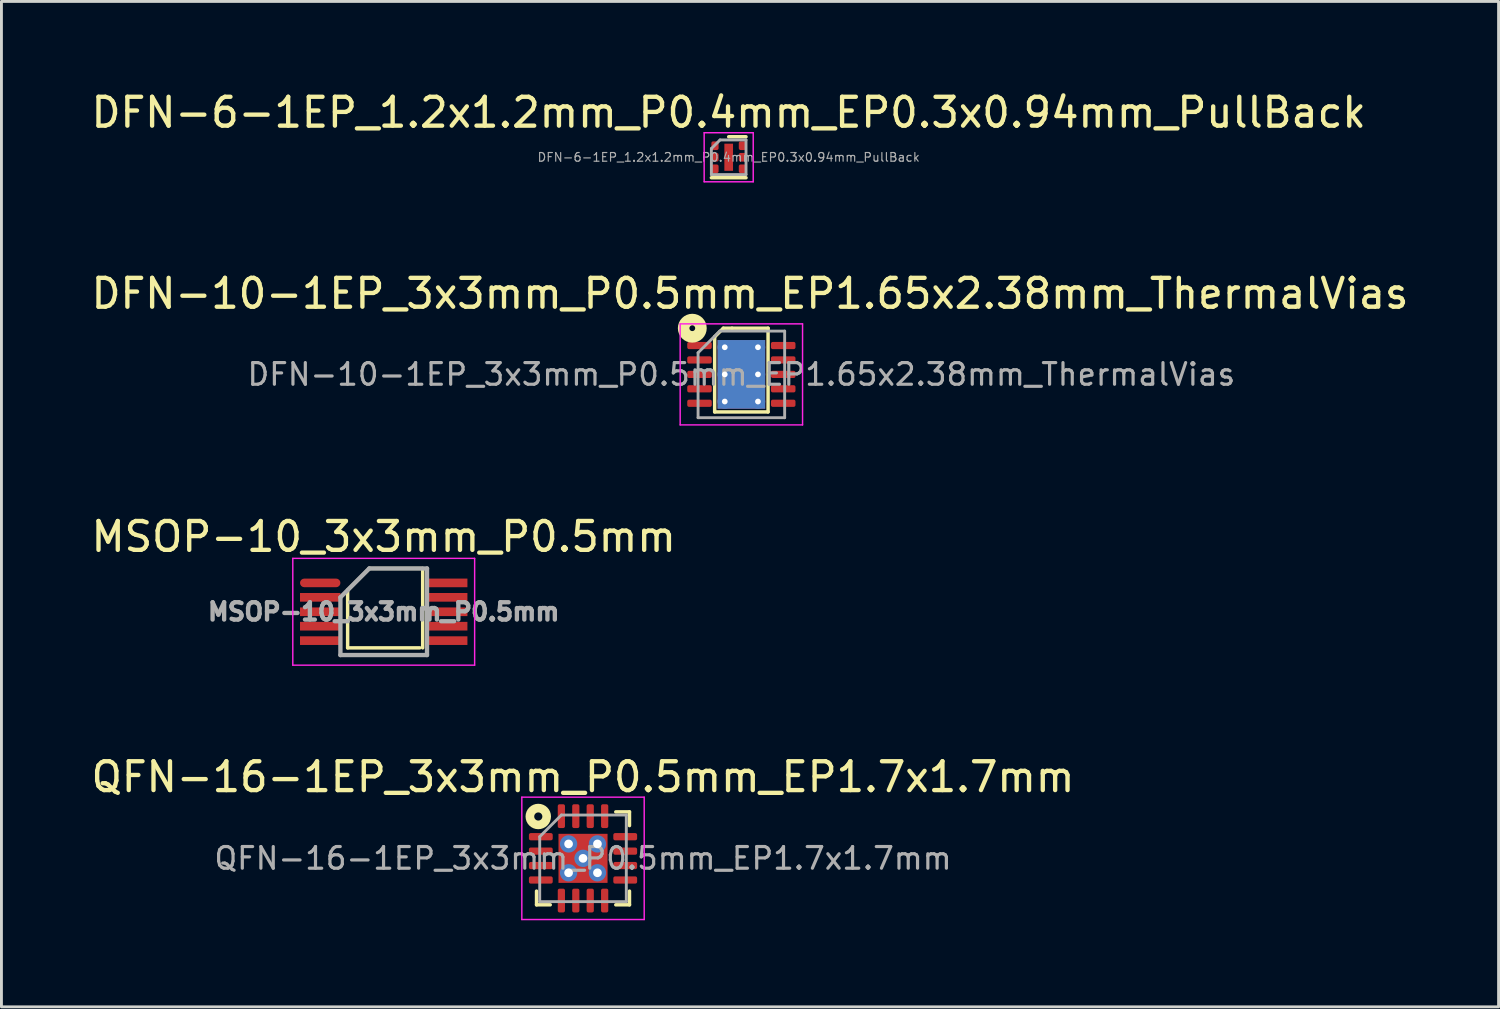
<source format=kicad_pcb>
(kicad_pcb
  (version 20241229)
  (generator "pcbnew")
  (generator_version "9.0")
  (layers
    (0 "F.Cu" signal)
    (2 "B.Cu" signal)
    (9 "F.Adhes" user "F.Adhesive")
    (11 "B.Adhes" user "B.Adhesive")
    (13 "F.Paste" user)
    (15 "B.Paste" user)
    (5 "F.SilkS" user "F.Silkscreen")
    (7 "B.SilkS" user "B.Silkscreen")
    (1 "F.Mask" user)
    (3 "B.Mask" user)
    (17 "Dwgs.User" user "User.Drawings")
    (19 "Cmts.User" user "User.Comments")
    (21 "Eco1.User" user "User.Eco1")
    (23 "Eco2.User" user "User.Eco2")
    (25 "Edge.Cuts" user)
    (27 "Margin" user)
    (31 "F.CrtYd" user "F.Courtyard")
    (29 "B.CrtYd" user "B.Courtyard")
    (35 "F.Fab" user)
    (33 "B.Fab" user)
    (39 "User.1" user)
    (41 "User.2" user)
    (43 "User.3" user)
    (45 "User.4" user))
  (footprint "DFN-6-1EP_1.2x1.2mm_P0.4mm_EP0.3x0.94mm_PullBack"
    (layer "F.Cu")
    (at 22.196 2.398)
    (property "Reference" "DFN-6-1EP_1.2x1.2mm_P0.4mm_EP0.3x0.94mm_PullBack" (at 0 -1.55 0) (layer "F.SilkS") (effects (font (size 1 1) (thickness 0.15))))
    (attr smd)
    (fp_line (start -0.6 0.71) (end 0.6 0.71) (stroke (width 0.12) (type solid)) (layer "F.SilkS"))
    (fp_line (start 0 -0.71) (end 0.6 -0.71) (stroke (width 0.12) (type solid)) (layer "F.SilkS"))
    (fp_line (start -0.85 -0.85) (end -0.85 0.85) (stroke (width 0.05) (type solid)) (layer "F.CrtYd"))
    (fp_line (start -0.85 0.85) (end 0.85 0.85) (stroke (width 0.05) (type solid)) (layer "F.CrtYd"))
    (fp_line (start 0.85 -0.85) (end -0.85 -0.85) (stroke (width 0.05) (type solid)) (layer "F.CrtYd"))
    (fp_line (start 0.85 0.85) (end 0.85 -0.85) (stroke (width 0.05) (type solid)) (layer "F.CrtYd"))
    (fp_line (start -0.6 -0.3) (end -0.3 -0.6) (stroke (width 0.1) (type solid)) (layer "F.Fab"))
    (fp_line (start -0.6 0.6) (end -0.6 -0.3) (stroke (width 0.1) (type solid)) (layer "F.Fab"))
    (fp_line (start -0.3 -0.6) (end 0.6 -0.6) (stroke (width 0.1) (type solid)) (layer "F.Fab"))
    (fp_line (start 0.6 -0.6) (end 0.6 0.6) (stroke (width 0.1) (type solid)) (layer "F.Fab"))
    (fp_line (start 0.6 0.6) (end -0.6 0.6) (stroke (width 0.1) (type solid)) (layer "F.Fab"))
    (fp_text user "${REFERENCE}" (at 0 0 0) (layer "F.Fab") (effects (font (size 0.3 0.3) (thickness 0.04))))
    (pad "" smd roundrect (at 0 -0.235) (size 0.24 0.38) (layers "F.Paste") (roundrect_rratio 0.25))
    (pad "" smd roundrect (at 0 0.235) (size 0.24 0.38) (layers "F.Paste") (roundrect_rratio 0.25))
    (pad "1" smd roundrect (at -0.475 -0.4) (size 0.25 0.3) (layers "F.Cu" "F.Mask" "F.Paste") (roundrect_rratio 0.25))
    (pad "2" smd roundrect (at -0.475 0) (size 0.25 0.3) (layers "F.Cu" "F.Mask" "F.Paste") (roundrect_rratio 0.25))
    (pad "3" smd roundrect (at -0.475 0.4) (size 0.25 0.3) (layers "F.Cu" "F.Mask" "F.Paste") (roundrect_rratio 0.25))
    (pad "4" smd roundrect (at 0.475 0.4) (size 0.25 0.3) (layers "F.Cu" "F.Mask" "F.Paste") (roundrect_rratio 0.25))
    (pad "5" smd roundrect (at 0.475 0) (size 0.25 0.3) (layers "F.Cu" "F.Mask" "F.Paste") (roundrect_rratio 0.25))
    (pad "6" smd roundrect (at 0.475 -0.4) (size 0.25 0.3) (layers "F.Cu" "F.Mask" "F.Paste") (roundrect_rratio 0.25))
    (pad "7" smd rect (at 0 0) (size 0.3 0.94) (layers "F.Cu" "F.Mask")))
  (footprint "MSOP-10_3x3mm_P0.5mm"
    (layer "F.Cu")
    (at 10.244 18.145)
    (property "Reference" "MSOP-10_3x3mm_P0.5mm" (at 0 -2.6 0) (layer "F.SilkS") (effects (font (size 1 1) (thickness 0.15))))
    (attr smd)
    (fp_line (start -1.25 -0.75) (end -1.25 1.25) (stroke (width 0.12) (type solid)) (layer "F.SilkS"))
    (fp_line (start -1.25 1.25) (end 1.25 1.25) (stroke (width 0.12) (type solid)) (layer "F.SilkS"))
    (fp_line (start -0.5 -1.5) (end -1.25 -0.75) (stroke (width 0.12) (type solid)) (layer "F.SilkS"))
    (fp_line (start 1.35 -1.5) (end -0.5 -1.5) (stroke (width 0.12) (type solid)) (layer "F.SilkS"))
    (fp_line (start 1.35 1.25) (end 1.35 -1.5) (stroke (width 0.12) (type solid)) (layer "F.SilkS"))
    (fp_line (start -3.15 -1.85) (end -3.15 1.85) (stroke (width 0.05) (type solid)) (layer "F.CrtYd"))
    (fp_line (start -3.15 -1.85) (end 3.15 -1.85) (stroke (width 0.05) (type solid)) (layer "F.CrtYd"))
    (fp_line (start -3.15 1.85) (end 3.15 1.85) (stroke (width 0.05) (type solid)) (layer "F.CrtYd"))
    (fp_line (start 3.15 -1.85) (end 3.15 1.85) (stroke (width 0.05) (type solid)) (layer "F.CrtYd"))
    (fp_line (start -1.5 -0.5) (end -0.5 -1.5) (stroke (width 0.15) (type solid)) (layer "F.Fab"))
    (fp_line (start -1.5 1.5) (end -1.5 -0.5) (stroke (width 0.15) (type solid)) (layer "F.Fab"))
    (fp_line (start -0.5 -1.5) (end 1.5 -1.5) (stroke (width 0.15) (type solid)) (layer "F.Fab"))
    (fp_line (start 1.5 -1.5) (end 1.5 1.5) (stroke (width 0.15) (type solid)) (layer "F.Fab"))
    (fp_line (start 1.5 1.5) (end -1.5 1.5) (stroke (width 0.15) (type solid)) (layer "F.Fab"))
    (fp_text user "${REFERENCE}" (at 0 0 0) (layer "F.Fab") (effects (font (size 0.6 0.6) (thickness 0.15))))
    (pad "1" smd roundrect (at -2.2 -1) (size 1.4 0.3) (layers "F.Cu" "F.Mask" "F.Paste") (roundrect_rratio 0.5))
    (pad "2" smd rect (at -2.2 -0.5) (size 1.4 0.3) (layers "F.Cu" "F.Mask" "F.Paste"))
    (pad "3" smd rect (at -2.2 0) (size 1.4 0.3) (layers "F.Cu" "F.Mask" "F.Paste"))
    (pad "4" smd rect (at -2.2 0.5) (size 1.4 0.3) (layers "F.Cu" "F.Mask" "F.Paste"))
    (pad "5" smd rect (at -2.2 1) (size 1.4 0.3) (layers "F.Cu" "F.Mask" "F.Paste"))
    (pad "6" smd rect (at 2.2 1) (size 1.4 0.3) (layers "F.Cu" "F.Mask" "F.Paste"))
    (pad "7" smd rect (at 2.2 0.5) (size 1.4 0.3) (layers "F.Cu" "F.Mask" "F.Paste"))
    (pad "8" smd rect (at 2.2 0) (size 1.4 0.3) (layers "F.Cu" "F.Mask" "F.Paste"))
    (pad "9" smd rect (at 2.2 -0.5) (size 1.4 0.3) (layers "F.Cu" "F.Mask" "F.Paste"))
    (pad "10" smd rect (at 2.2 -1) (size 1.4 0.3) (layers "F.Cu" "F.Mask" "F.Paste")))
  (footprint "QFN-16-1EP_3x3mm_P0.5mm_EP1.7x1.7mm"
    (layer "F.Cu")
    (at 17.149 26.688)
    (property "Reference" "QFN-16-1EP_3x3mm_P0.5mm_EP1.7x1.7mm" (at 0 -2.82 0) (layer "F.SilkS") (effects (font (size 1 1) (thickness 0.15))))
    (attr smd)
    (fp_line (start -1.61 1.61) (end -1.61 1.135) (stroke (width 0.12) (type solid)) (layer "F.SilkS"))
    (fp_line (start -1.135 1.61) (end -1.61 1.61) (stroke (width 0.12) (type solid)) (layer "F.SilkS"))
    (fp_line (start 1.135 -1.61) (end 1.61 -1.61) (stroke (width 0.12) (type solid)) (layer "F.SilkS"))
    (fp_line (start 1.135 1.61) (end 1.61 1.61) (stroke (width 0.12) (type solid)) (layer "F.SilkS"))
    (fp_line (start 1.61 -1.61) (end 1.61 -1.135) (stroke (width 0.12) (type solid)) (layer "F.SilkS"))
    (fp_line (start 1.61 1.61) (end 1.61 1.135) (stroke (width 0.12) (type solid)) (layer "F.SilkS"))
    (fp_circle (center -1.55 -1.45) (end -1.409 -1.45) (stroke (width 0.3) (type solid)) (fill no) (layer "F.SilkS"))
    (fp_line (start -2.12 -2.12) (end -2.12 2.12) (stroke (width 0.05) (type solid)) (layer "F.CrtYd"))
    (fp_line (start -2.12 2.12) (end 2.12 2.12) (stroke (width 0.05) (type solid)) (layer "F.CrtYd"))
    (fp_line (start 2.12 -2.12) (end -2.12 -2.12) (stroke (width 0.05) (type solid)) (layer "F.CrtYd"))
    (fp_line (start 2.12 2.12) (end 2.12 -2.12) (stroke (width 0.05) (type solid)) (layer "F.CrtYd"))
    (fp_line (start -1.5 -0.75) (end -0.75 -1.5) (stroke (width 0.1) (type solid)) (layer "F.Fab"))
    (fp_line (start -1.5 1.5) (end -1.5 -0.75) (stroke (width 0.1) (type solid)) (layer "F.Fab"))
    (fp_line (start -0.75 -1.5) (end 1.5 -1.5) (stroke (width 0.1) (type solid)) (layer "F.Fab"))
    (fp_line (start 1.5 -1.5) (end 1.5 1.5) (stroke (width 0.1) (type solid)) (layer "F.Fab"))
    (fp_line (start 1.5 1.5) (end -1.5 1.5) (stroke (width 0.1) (type solid)) (layer "F.Fab"))
    (fp_text user "${REFERENCE}" (at 0 0 0) (layer "F.Fab") (effects (font (size 0.75 0.75) (thickness 0.11))))
    (pad "" smd roundrect (at -0.425 -0.425) (size 0.69 0.69) (layers "F.Paste") (roundrect_rratio 0.25))
    (pad "" smd roundrect (at -0.425 0.425) (size 0.69 0.69) (layers "F.Paste") (roundrect_rratio 0.25))
    (pad "" smd roundrect (at 0.425 -0.425) (size 0.69 0.69) (layers "F.Paste") (roundrect_rratio 0.25))
    (pad "" smd roundrect (at 0.425 0.425) (size 0.69 0.69) (layers "F.Paste") (roundrect_rratio 0.25))
    (pad "1" smd roundrect (at -1.462 -0.75) (size 0.825 0.25) (layers "F.Cu" "F.Mask" "F.Paste") (roundrect_rratio 0.25))
    (pad "2" smd roundrect (at -1.462 -0.25) (size 0.825 0.25) (layers "F.Cu" "F.Mask" "F.Paste") (roundrect_rratio 0.25))
    (pad "3" smd roundrect (at -1.462 0.25) (size 0.825 0.25) (layers "F.Cu" "F.Mask" "F.Paste") (roundrect_rratio 0.25))
    (pad "4" smd roundrect (at -1.462 0.75) (size 0.825 0.25) (layers "F.Cu" "F.Mask" "F.Paste") (roundrect_rratio 0.25))
    (pad "5" smd roundrect (at -0.75 1.462) (size 0.25 0.825) (layers "F.Cu" "F.Mask" "F.Paste") (roundrect_rratio 0.25))
    (pad "6" smd roundrect (at -0.25 1.462) (size 0.25 0.825) (layers "F.Cu" "F.Mask" "F.Paste") (roundrect_rratio 0.25))
    (pad "7" smd roundrect (at 0.25 1.462) (size 0.25 0.825) (layers "F.Cu" "F.Mask" "F.Paste") (roundrect_rratio 0.25))
    (pad "8" smd roundrect (at 0.75 1.462) (size 0.25 0.825) (layers "F.Cu" "F.Mask" "F.Paste") (roundrect_rratio 0.25))
    (pad "9" smd roundrect (at 1.462 0.75) (size 0.825 0.25) (layers "F.Cu" "F.Mask" "F.Paste") (roundrect_rratio 0.25))
    (pad "10" smd roundrect (at 1.462 0.25) (size 0.825 0.25) (layers "F.Cu" "F.Mask" "F.Paste") (roundrect_rratio 0.25))
    (pad "11" smd roundrect (at 1.462 -0.25) (size 0.825 0.25) (layers "F.Cu" "F.Mask" "F.Paste") (roundrect_rratio 0.25))
    (pad "12" smd roundrect (at 1.462 -0.75) (size 0.825 0.25) (layers "F.Cu" "F.Mask" "F.Paste") (roundrect_rratio 0.25))
    (pad "13" smd roundrect (at 0.75 -1.462) (size 0.25 0.825) (layers "F.Cu" "F.Mask" "F.Paste") (roundrect_rratio 0.25))
    (pad "14" smd roundrect (at 0.25 -1.462) (size 0.25 0.825) (layers "F.Cu" "F.Mask" "F.Paste") (roundrect_rratio 0.25))
    (pad "15" smd roundrect (at -0.25 -1.462) (size 0.25 0.825) (layers "F.Cu" "F.Mask" "F.Paste") (roundrect_rratio 0.25))
    (pad "16" smd roundrect (at -0.75 -1.462) (size 0.25 0.825) (layers "F.Cu" "F.Mask" "F.Paste") (roundrect_rratio 0.25))
    (pad "17" thru_hole circle (at -0.5 -0.5) (size 0.6 0.6) (drill 0.3) (layers "*.Cu" "*.Mask"))
    (pad "17" thru_hole circle (at -0.5 0.5) (size 0.6 0.6) (drill 0.3) (layers "*.Cu" "*.Mask"))
    (pad "17" thru_hole circle (at 0 0) (size 0.6 0.6) (drill 0.3) (layers "*.Cu" "*.Mask"))
    (pad "17" smd rect (at 0 0) (size 1.7 1.7) (layers "F.Cu" "F.Mask"))
    (pad "17" thru_hole circle (at 0.5 -0.5) (size 0.6 0.6) (drill 0.3) (layers "*.Cu" "*.Mask"))
    (pad "17" thru_hole circle (at 0.5 0.5) (size 0.6 0.6) (drill 0.3) (layers "*.Cu" "*.Mask")))
  (footprint "DFN-10-1EP_3x3mm_P0.5mm_EP1.65x2.38mm_ThermalVias"
    (layer "F.Cu")
    (at 22.635 9.921)
    (property "Reference" "DFN-10-1EP_3x3mm_P0.5mm_EP1.65x2.38mm_ThermalVias" (at 0.3 -2.8 0) (layer "F.SilkS") (effects (font (size 1 1) (thickness 0.15))))
    (attr smd)
    (fp_line (start -0.925 -1.3) (end -0.625 -1.6) (stroke (width 0.12) (type solid)) (layer "F.SilkS"))
    (fp_line (start -0.925 1.3) (end -0.925 -1.3) (stroke (width 0.12) (type solid)) (layer "F.SilkS"))
    (fp_line (start -0.625 -1.6) (end -0.325 -1.6) (stroke (width 0.12) (type solid)) (layer "F.SilkS"))
    (fp_line (start -0.325 -1.6) (end 0.925 -1.6) (stroke (width 0.12) (type solid)) (layer "F.SilkS"))
    (fp_line (start 0.925 -1.6) (end 0.925 -1.5) (stroke (width 0.12) (type solid)) (layer "F.SilkS"))
    (fp_line (start 0.925 -1.5) (end 0.925 1.3) (stroke (width 0.12) (type solid)) (layer "F.SilkS"))
    (fp_line (start 0.925 1.3) (end -0.925 1.3) (stroke (width 0.12) (type solid)) (layer "F.SilkS"))
    (fp_circle (center -1.7 -1.6) (end -1.6 -1.6) (stroke (width 0.4) (type solid)) (fill no) (layer "F.SilkS"))
    (fp_line (start -2.12 -1.75) (end -2.12 1.75) (stroke (width 0.05) (type solid)) (layer "F.CrtYd"))
    (fp_line (start -2.12 1.75) (end 2.12 1.75) (stroke (width 0.05) (type solid)) (layer "F.CrtYd"))
    (fp_line (start 2.12 -1.75) (end -2.12 -1.75) (stroke (width 0.05) (type solid)) (layer "F.CrtYd"))
    (fp_line (start 2.12 1.75) (end 2.12 -1.75) (stroke (width 0.05) (type solid)) (layer "F.CrtYd"))
    (fp_line (start -1.5 -0.75) (end -0.75 -1.5) (stroke (width 0.1) (type solid)) (layer "F.Fab"))
    (fp_line (start -1.5 1.5) (end -1.5 -0.75) (stroke (width 0.1) (type solid)) (layer "F.Fab"))
    (fp_line (start -0.75 -1.5) (end 1.5 -1.5) (stroke (width 0.1) (type solid)) (layer "F.Fab"))
    (fp_line (start 1.5 -1.5) (end 1.5 1.5) (stroke (width 0.1) (type solid)) (layer "F.Fab"))
    (fp_line (start 1.5 1.5) (end -1.5 1.5) (stroke (width 0.1) (type solid)) (layer "F.Fab"))
    (fp_text user "${REFERENCE}" (at 0 0 0) (layer "F.Fab") (effects (font (size 0.75 0.75) (thickness 0.11))))
    (pad "" smd roundrect (at -0.41 -0.595) (size 0.67 0.96) (layers "F.Paste") (roundrect_rratio 0.25))
    (pad "" smd roundrect (at -0.41 0.595) (size 0.67 0.96) (layers "F.Paste") (roundrect_rratio 0.25))
    (pad "" smd roundrect (at 0.41 -0.595) (size 0.67 0.96) (layers "F.Paste") (roundrect_rratio 0.25))
    (pad "" smd roundrect (at 0.41 0.595) (size 0.67 0.96) (layers "F.Paste") (roundrect_rratio 0.25))
    (pad "1" smd roundrect (at -1.45 -1) (size 0.85 0.25) (layers "F.Cu" "F.Mask" "F.Paste") (roundrect_rratio 0.25))
    (pad "2" smd roundrect (at -1.45 -0.5) (size 0.85 0.25) (layers "F.Cu" "F.Mask" "F.Paste") (roundrect_rratio 0.25))
    (pad "3" smd roundrect (at -1.45 0) (size 0.85 0.25) (layers "F.Cu" "F.Mask" "F.Paste") (roundrect_rratio 0.25))
    (pad "4" smd roundrect (at -1.45 0.5) (size 0.85 0.25) (layers "F.Cu" "F.Mask" "F.Paste") (roundrect_rratio 0.25))
    (pad "5" smd roundrect (at -1.45 1) (size 0.85 0.25) (layers "F.Cu" "F.Mask" "F.Paste") (roundrect_rratio 0.25))
    (pad "6" smd roundrect (at 1.45 1) (size 0.85 0.25) (layers "F.Cu" "F.Mask" "F.Paste") (roundrect_rratio 0.25))
    (pad "7" smd roundrect (at 1.45 0.5) (size 0.85 0.25) (layers "F.Cu" "F.Mask" "F.Paste") (roundrect_rratio 0.25))
    (pad "8" smd roundrect (at 1.45 0) (size 0.85 0.25) (layers "F.Cu" "F.Mask" "F.Paste") (roundrect_rratio 0.25))
    (pad "9" smd roundrect (at 1.45 -0.5) (size 0.85 0.25) (layers "F.Cu" "F.Mask" "F.Paste") (roundrect_rratio 0.25))
    (pad "10" smd roundrect (at 1.45 -1) (size 0.85 0.25) (layers "F.Cu" "F.Mask" "F.Paste") (roundrect_rratio 0.25))
    (pad "11" thru_hole circle (at -0.575 -0.94) (size 0.5 0.5) (drill 0.2) (layers "*.Cu"))
    (pad "11" thru_hole circle (at -0.575 0) (size 0.5 0.5) (drill 0.2) (layers "*.Cu"))
    (pad "11" thru_hole circle (at -0.575 0.94) (size 0.5 0.5) (drill 0.2) (layers "*.Cu"))
    (pad "11" smd rect (at 0 0) (size 1.65 2.38) (layers "F.Cu" "F.Mask"))
    (pad "11" smd rect (at 0 0) (size 1.65 2.38) (layers "B.Cu"))
    (pad "11" thru_hole circle (at 0.575 -0.94) (size 0.5 0.5) (drill 0.2) (layers "*.Cu"))
    (pad "11" thru_hole circle (at 0.575 0) (size 0.5 0.5) (drill 0.2) (layers "*.Cu"))
    (pad "11" thru_hole circle (at 0.575 0.94) (size 0.5 0.5) (drill 0.2) (layers "*.Cu")))
  (gr_rect
    (start -3 -3)
    (end 48.869 31.833)
    (stroke (width 0.1) (type default))
    (fill no)
    (layer "Edge.Cuts")))
</source>
